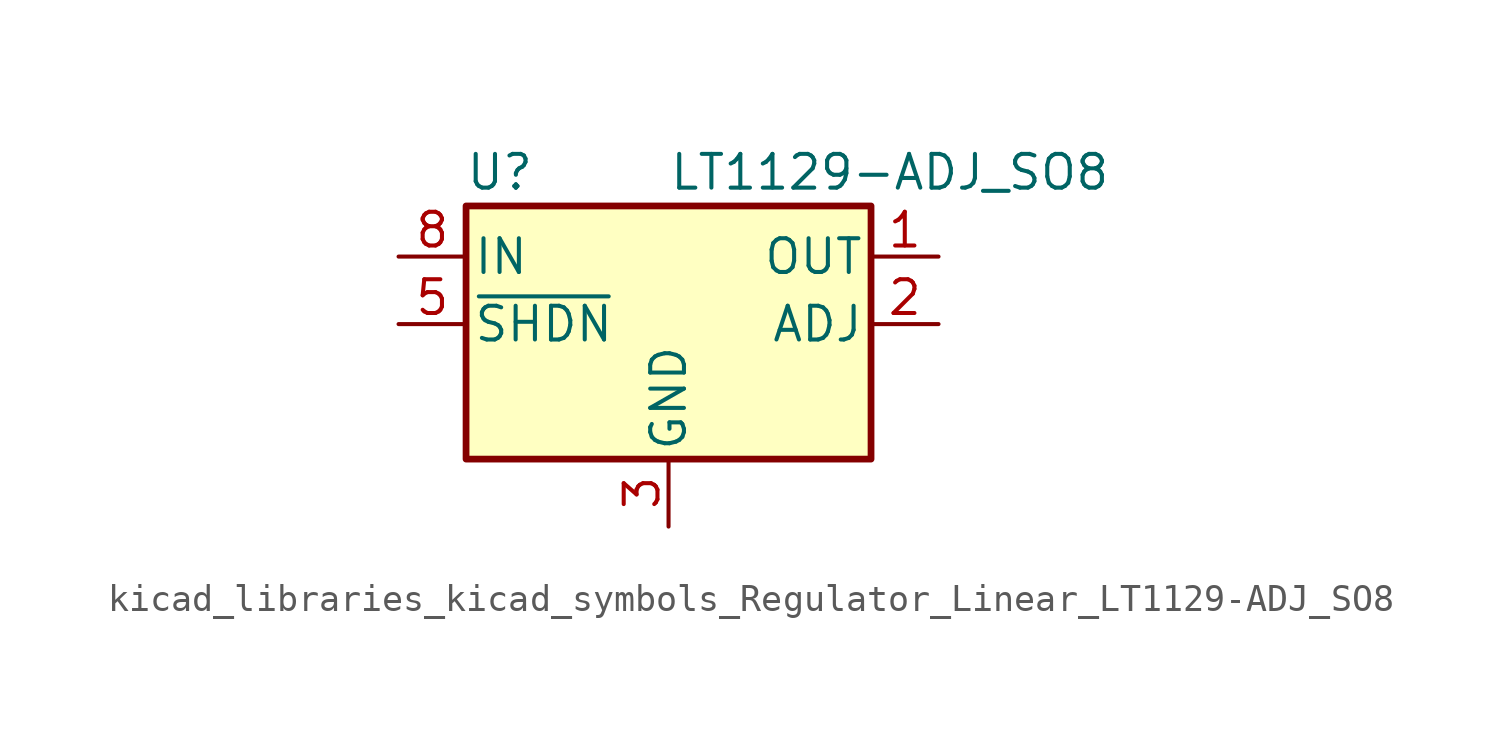
<source format=kicad_sym>
(kicad_symbol_lib
  (version 20220914)
  (generator kicad_symbol_editor)
  (symbol "kicad_libraries_kicad_symbols_Regulator_Linear_LT1129-ADJ_SO8"
    (pin_names
      (offset 0.254))
    (property "Reference" "U"
      (at -6.35 5.715 0)
      (effects (font (size 1.27 1.27))))
    (property "Value" "LT1129-ADJ_SO8"
      (at 0 5.715 0)
      (effects (font (size 1.27 1.27)) (justify left)))
    (symbol "kicad_libraries_kicad_symbols_Regulator_Linear_LT1129-ADJ_SO8_0_1"
      (rectangle (start -7.62 -5.08) (end 7.62 4.445) (stroke (width 0.254) (type default)) (fill (type background))))
    (symbol "kicad_libraries_kicad_symbols_Regulator_Linear_LT1129-ADJ_SO8_1_1"
      (pin power_out line (at 10.16 2.54 180) (length 2.54) (name "OUT" (effects (font (size 1.27 1.27)))) (number "1" (effects (font (size 1.27 1.27)))))
      (pin input line (at 10.16 0 180) (length 2.54) (name "ADJ" (effects (font (size 1.27 1.27)))) (number "2" (effects (font (size 1.27 1.27)))))
      (pin power_in line (at 0 -7.62 90) (length 2.54) (name "GND" (effects (font (size 1.27 1.27)))) (number "3" (effects (font (size 1.27 1.27)))))
      (pin no_connect line (at 7.62 -2.54 180) (length 2.54) hide (name "NC" (effects (font (size 1.27 1.27)))) (number "4" (effects (font (size 1.27 1.27)))))
      (pin input line (at -10.16 0 0) (length 2.54) (name "~{SHDN}" (effects (font (size 1.27 1.27)))) (number "5" (effects (font (size 1.27 1.27)))))
      (pin passive line (at 0 -7.62 90) (length 2.54) hide (name "GND" (effects (font (size 1.27 1.27)))) (number "6" (effects (font (size 1.27 1.27)))))
      (pin passive line (at 0 -7.62 90) (length 2.54) hide (name "GND" (effects (font (size 1.27 1.27)))) (number "7" (effects (font (size 1.27 1.27)))))
      (pin power_in line (at -10.16 2.54 0) (length 2.54) (name "IN" (effects (font (size 1.27 1.27)))) (number "8" (effects (font (size 1.27 1.27))))))))
</source>
